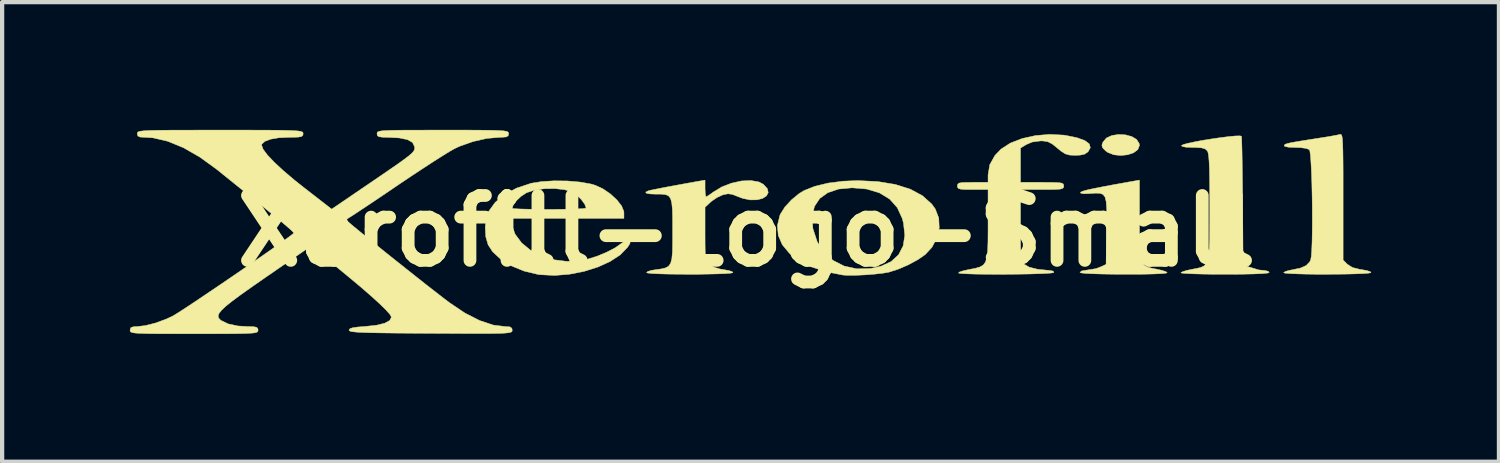
<source format=kicad_pcb>
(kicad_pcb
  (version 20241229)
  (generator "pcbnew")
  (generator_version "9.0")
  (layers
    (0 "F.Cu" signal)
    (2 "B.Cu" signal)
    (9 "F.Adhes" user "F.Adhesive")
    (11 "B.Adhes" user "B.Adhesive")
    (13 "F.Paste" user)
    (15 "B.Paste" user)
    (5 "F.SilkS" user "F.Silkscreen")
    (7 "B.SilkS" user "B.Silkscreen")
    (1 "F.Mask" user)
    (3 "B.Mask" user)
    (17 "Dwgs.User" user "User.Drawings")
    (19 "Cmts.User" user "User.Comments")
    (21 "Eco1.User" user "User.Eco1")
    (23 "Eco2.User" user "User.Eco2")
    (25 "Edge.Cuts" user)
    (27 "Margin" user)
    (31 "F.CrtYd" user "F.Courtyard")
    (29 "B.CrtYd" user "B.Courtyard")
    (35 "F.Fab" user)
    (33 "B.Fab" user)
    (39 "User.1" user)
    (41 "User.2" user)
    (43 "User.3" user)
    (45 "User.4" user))
  (footprint "Xerofill-Logo-Small"
    (layer "F.Cu")
    (at 14.483 2.376)
    (property "Reference" "Xerofill-Logo-Small" (at 0 0 0) (layer "F.SilkS") (effects (font (size 1.524 1.524) (thickness 0.3))))
    (attr through_hole)
    (fp_poly (pts (xy 8.9 -2.259) (xy 9.048 -2.219) (xy 9.163 -2.15) (xy 9.224 -2.052) (xy 9.229 -2.011) (xy 9.191 -1.913) (xy 9.092 -1.839) (xy 8.951 -1.791) (xy 8.789 -1.774) (xy 8.628 -1.791) (xy 8.487 -1.845) (xy 8.439 -1.879) (xy 8.363 -1.954) (xy 8.346 -2.016) (xy 8.371 -2.088) (xy 8.453 -2.185) (xy 8.582 -2.244) (xy 8.738 -2.268) (xy 8.9 -2.259)) (stroke (width 0.01) (type solid)) (fill yes) (layer "F.SilkS"))
    (fp_poly (pts (xy 9.229 -0.264) (xy 9.229 0.066) (xy 9.233 0.323) (xy 9.243 0.515) (xy 9.265 0.653) (xy 9.3 0.748) (xy 9.353 0.81) (xy 9.428 0.849) (xy 9.528 0.876) (xy 9.64 0.897) (xy 9.771 0.927) (xy 9.858 0.958) (xy 9.88 0.981) (xy 9.833 0.993) (xy 9.716 1.002) (xy 9.545 1.009) (xy 9.332 1.014) (xy 9.092 1.016) (xy 8.838 1.016) (xy 8.586 1.014) (xy 8.349 1.01) (xy 8.141 1.004) (xy 7.976 0.996) (xy 7.868 0.985) (xy 7.832 0.974) (xy 7.868 0.939) (xy 7.927 0.928) (xy 8.21 0.883) (xy 8.335 0.835) (xy 8.445 0.782) (xy 8.457 -0.009) (xy 8.461 -0.308) (xy 8.459 -0.531) (xy 8.447 -0.691) (xy 8.421 -0.797) (xy 8.375 -0.858) (xy 8.304 -0.886) (xy 8.205 -0.89) (xy 8.073 -0.881) (xy 8.057 -0.88) (xy 7.913 -0.875) (xy 7.847 -0.891) (xy 7.844 -0.906) (xy 7.866 -0.923) (xy 7.924 -0.944) (xy 8.027 -0.971) (xy 8.183 -1.004) (xy 8.398 -1.046) (xy 8.681 -1.099) (xy 9.04 -1.163) (xy 9.07 -1.168) (xy 9.229 -1.196) (xy 9.229 -0.264)) (stroke (width 0.01) (type solid)) (fill yes) (layer "F.SilkS"))
    (fp_poly (pts (xy 11.625 -2.226) (xy 11.629 -2.174) (xy 11.633 -2.048) (xy 11.638 -1.857) (xy 11.642 -1.611) (xy 11.646 -1.32) (xy 11.65 -0.995) (xy 11.652 -0.699) (xy 11.663 0.782) (xy 11.773 0.835) (xy 12.034 0.914) (xy 12.181 0.928) (xy 12.256 0.947) (xy 12.277 0.974) (xy 12.235 0.988) (xy 12.112 1) (xy 11.913 1.008) (xy 11.639 1.014) (xy 11.296 1.016) (xy 11.239 1.016) (xy 10.953 1.015) (xy 10.697 1.011) (xy 10.483 1.005) (xy 10.322 0.997) (xy 10.225 0.988) (xy 10.202 0.981) (xy 10.24 0.956) (xy 10.34 0.925) (xy 10.467 0.898) (xy 10.58 0.877) (xy 10.67 0.855) (xy 10.74 0.823) (xy 10.792 0.771) (xy 10.829 0.692) (xy 10.854 0.575) (xy 10.869 0.412) (xy 10.877 0.195) (xy 10.879 -0.087) (xy 10.88 -0.442) (xy 10.88 -0.568) (xy 10.879 -0.942) (xy 10.876 -1.24) (xy 10.872 -1.47) (xy 10.864 -1.641) (xy 10.854 -1.76) (xy 10.841 -1.838) (xy 10.823 -1.881) (xy 10.822 -1.884) (xy 10.771 -1.929) (xy 10.689 -1.953) (xy 10.552 -1.963) (xy 10.482 -1.963) (xy 10.32 -1.969) (xy 10.231 -1.988) (xy 10.216 -2.008) (xy 10.261 -2.032) (xy 10.372 -2.062) (xy 10.533 -2.096) (xy 10.726 -2.132) (xy 10.935 -2.165) (xy 11.143 -2.195) (xy 11.333 -2.219) (xy 11.487 -2.233) (xy 11.59 -2.235) (xy 11.625 -2.226)) (stroke (width 0.01) (type solid)) (fill yes) (layer "F.SilkS"))
    (fp_poly (pts (xy 3.08 -1.162) (xy 3.495 -1.094) (xy 3.847 -0.983) (xy 4.133 -0.829) (xy 4.35 -0.634) (xy 4.434 -0.517) (xy 4.515 -0.306) (xy 4.526 -0.074) (xy 4.472 0.162) (xy 4.356 0.381) (xy 4.198 0.552) (xy 4.022 0.674) (xy 3.797 0.795) (xy 3.558 0.898) (xy 3.344 0.966) (xy 3.199 0.991) (xy 3.001 1.013) (xy 2.78 1.03) (xy 2.563 1.04) (xy 2.378 1.041) (xy 2.265 1.034) (xy 1.869 0.956) (xy 1.524 0.842) (xy 1.234 0.695) (xy 1.005 0.519) (xy 0.84 0.321) (xy 0.746 0.103) (xy 0.725 -0.128) (xy 0.779 -0.348) (xy 1.541 -0.348) (xy 1.557 -0.074) (xy 1.562 -0.048) (xy 1.661 0.252) (xy 1.822 0.501) (xy 2.035 0.692) (xy 2.293 0.823) (xy 2.587 0.887) (xy 2.907 0.881) (xy 3.158 0.827) (xy 3.396 0.718) (xy 3.571 0.557) (xy 3.679 0.349) (xy 3.718 0.099) (xy 3.686 -0.188) (xy 3.659 -0.293) (xy 3.542 -0.548) (xy 3.362 -0.75) (xy 3.121 -0.897) (xy 2.824 -0.986) (xy 2.477 -1.015) (xy 2.163 -0.986) (xy 1.91 -0.901) (xy 1.72 -0.765) (xy 1.596 -0.579) (xy 1.541 -0.348) (xy 0.779 -0.348) (xy 0.784 -0.369) (xy 0.799 -0.402) (xy 0.901 -0.563) (xy 1.054 -0.73) (xy 1.232 -0.877) (xy 1.355 -0.952) (xy 1.605 -1.051) (xy 1.917 -1.126) (xy 2.271 -1.171) (xy 2.608 -1.185) (xy 3.08 -1.162)) (stroke (width 0.01) (type solid)) (fill yes) (layer "F.SilkS"))
    (fp_poly (pts (xy 13.974 -2.257) (xy 13.986 -2.221) (xy 13.996 -2.153) (xy 14.002 -2.045) (xy 14.007 -1.89) (xy 14.01 -1.68) (xy 14.012 -1.406) (xy 14.012 -1.061) (xy 14.012 -0.805) (xy 14.012 0.681) (xy 14.11 0.779) (xy 14.229 0.856) (xy 14.409 0.902) (xy 14.45 0.907) (xy 14.575 0.93) (xy 14.652 0.956) (xy 14.667 0.977) (xy 14.619 0.988) (xy 14.503 0.998) (xy 14.331 1.005) (xy 14.118 1.011) (xy 13.878 1.014) (xy 13.625 1.015) (xy 13.373 1.015) (xy 13.135 1.012) (xy 12.927 1.006) (xy 12.761 0.999) (xy 12.653 0.99) (xy 12.615 0.978) (xy 12.653 0.951) (xy 12.749 0.923) (xy 12.811 0.912) (xy 13.013 0.869) (xy 13.146 0.809) (xy 13.228 0.723) (xy 13.249 0.68) (xy 13.264 0.602) (xy 13.275 0.456) (xy 13.283 0.256) (xy 13.287 0.013) (xy 13.289 -0.259) (xy 13.288 -0.546) (xy 13.284 -0.837) (xy 13.278 -1.118) (xy 13.269 -1.375) (xy 13.258 -1.596) (xy 13.246 -1.768) (xy 13.231 -1.878) (xy 13.219 -1.911) (xy 13.147 -1.94) (xy 13.012 -1.959) (xy 12.89 -1.963) (xy 12.732 -1.969) (xy 12.644 -1.987) (xy 12.628 -2.008) (xy 12.637 -2.024) (xy 12.656 -2.039) (xy 12.697 -2.053) (xy 12.77 -2.071) (xy 12.885 -2.092) (xy 13.053 -2.12) (xy 13.284 -2.157) (xy 13.588 -2.204) (xy 13.589 -2.204) (xy 13.743 -2.23) (xy 13.871 -2.254) (xy 13.938 -2.269) (xy 13.958 -2.271) (xy 13.974 -2.257)) (stroke (width 0.01) (type solid)) (fill yes) (layer "F.SilkS"))
    (fp_poly (pts (xy -4.212 -1.176) (xy -3.918 -1.151) (xy -3.664 -1.107) (xy -3.556 -1.076) (xy -3.373 -0.992) (xy -3.198 -0.872) (xy -3.046 -0.733) (xy -2.935 -0.591) (xy -2.881 -0.461) (xy -2.879 -0.432) (xy -2.879 -0.296) (xy -5.544 -0.296) (xy -5.519 -0.159) (xy -5.435 0.074) (xy -5.282 0.279) (xy -5.072 0.452) (xy -4.817 0.585) (xy -4.529 0.674) (xy -4.221 0.713) (xy -3.905 0.696) (xy -3.737 0.662) (xy -3.508 0.591) (xy -3.281 0.496) (xy -3.082 0.392) (xy -2.938 0.29) (xy -2.934 0.286) (xy -2.841 0.23) (xy -2.772 0.227) (xy -2.733 0.253) (xy -2.74 0.298) (xy -2.796 0.384) (xy -2.966 0.56) (xy -3.204 0.715) (xy -3.492 0.846) (xy -3.816 0.948) (xy -4.16 1.015) (xy -4.506 1.043) (xy -4.84 1.026) (xy -4.902 1.018) (xy -5.223 0.941) (xy -5.517 0.821) (xy -5.768 0.667) (xy -5.962 0.487) (xy -6.069 0.323) (xy -6.124 0.134) (xy -6.137 -0.09) (xy -6.109 -0.311) (xy -6.056 -0.462) (xy -6.004 -0.533) (xy -5.503 -0.533) (xy -5.463 -0.526) (xy -5.351 -0.519) (xy -5.179 -0.514) (xy -4.96 -0.51) (xy -4.706 -0.508) (xy -4.636 -0.508) (xy -4.375 -0.509) (xy -4.145 -0.514) (xy -3.96 -0.52) (xy -3.831 -0.528) (xy -3.771 -0.537) (xy -3.768 -0.54) (xy -3.8 -0.631) (xy -3.882 -0.742) (xy -3.991 -0.847) (xy -4.091 -0.914) (xy -4.271 -0.971) (xy -4.499 -0.997) (xy -4.744 -0.994) (xy -4.976 -0.962) (xy -5.165 -0.9) (xy -5.166 -0.9) (xy -5.293 -0.817) (xy -5.406 -0.711) (xy -5.482 -0.603) (xy -5.503 -0.533) (xy -6.004 -0.533) (xy -5.903 -0.673) (xy -5.68 -0.858) (xy -5.398 -1.009) (xy -5.07 -1.118) (xy -5.052 -1.123) (xy -4.807 -1.162) (xy -4.518 -1.179) (xy -4.212 -1.176)) (stroke (width 0.01) (type solid)) (fill yes) (layer "F.SilkS"))
    (fp_poly (pts (xy -0.974 -1) (xy -0.969 -0.885) (xy -0.957 -0.814) (xy -0.95 -0.804) (xy -0.904 -0.828) (xy -0.819 -0.886) (xy -0.783 -0.913) (xy -0.581 -1.036) (xy -0.353 -1.124) (xy -0.118 -1.176) (xy 0.102 -1.186) (xy 0.29 -1.153) (xy 0.396 -1.098) (xy 0.49 -0.995) (xy 0.51 -0.902) (xy 0.468 -0.824) (xy 0.376 -0.765) (xy 0.245 -0.733) (xy 0.085 -0.731) (xy -0.09 -0.767) (xy -0.2 -0.809) (xy -0.333 -0.861) (xy -0.433 -0.875) (xy -0.541 -0.854) (xy -0.554 -0.851) (xy -0.692 -0.788) (xy -0.825 -0.697) (xy -0.843 -0.681) (xy -0.974 -0.559) (xy -0.974 0.077) (xy -0.973 0.322) (xy -0.97 0.496) (xy -0.963 0.614) (xy -0.95 0.691) (xy -0.928 0.739) (xy -0.895 0.775) (xy -0.868 0.796) (xy -0.765 0.849) (xy -0.619 0.893) (xy -0.529 0.908) (xy -0.407 0.93) (xy -0.332 0.957) (xy -0.319 0.977) (xy -0.367 0.989) (xy -0.486 0.999) (xy -0.659 1.006) (xy -0.875 1.011) (xy -1.116 1.015) (xy -1.371 1.015) (xy -1.623 1.014) (xy -1.858 1.011) (xy -2.063 1.005) (xy -2.222 0.997) (xy -2.321 0.986) (xy -2.347 0.978) (xy -2.323 0.952) (xy -2.236 0.925) (xy -2.148 0.91) (xy -2.009 0.891) (xy -1.905 0.867) (xy -1.831 0.827) (xy -1.783 0.759) (xy -1.754 0.652) (xy -1.74 0.494) (xy -1.736 0.273) (xy -1.736 0.004) (xy -1.736 -0.288) (xy -1.741 -0.507) (xy -1.756 -0.662) (xy -1.784 -0.765) (xy -1.831 -0.826) (xy -1.902 -0.856) (xy -2 -0.866) (xy -2.123 -0.866) (xy -2.272 -0.872) (xy -2.355 -0.889) (xy -2.367 -0.915) (xy -2.3 -0.947) (xy -2.297 -0.948) (xy -2.227 -0.964) (xy -2.087 -0.992) (xy -1.893 -1.03) (xy -1.659 -1.073) (xy -1.398 -1.121) (xy -1.126 -1.17) (xy -1.111 -1.172) (xy -0.974 -1.196) (xy -0.974 -1)) (stroke (width 0.01) (type solid)) (fill yes) (layer "F.SilkS"))
    (fp_poly (pts (xy 7.448 -2.253) (xy 7.496 -2.246) (xy 7.76 -2.192) (xy 7.946 -2.125) (xy 8.051 -2.046) (xy 8.075 -1.957) (xy 8.024 -1.865) (xy 7.949 -1.809) (xy 7.838 -1.783) (xy 7.722 -1.778) (xy 7.586 -1.784) (xy 7.486 -1.813) (xy 7.384 -1.879) (xy 7.303 -1.947) (xy 7.179 -2.046) (xy 7.079 -2.097) (xy 6.969 -2.115) (xy 6.908 -2.117) (xy 6.709 -2.09) (xy 6.572 -2.032) (xy 6.435 -1.949) (xy 6.435 -1.143) (xy 6.943 -1.143) (xy 7.157 -1.142) (xy 7.301 -1.138) (xy 7.388 -1.129) (xy 7.433 -1.111) (xy 7.449 -1.083) (xy 7.451 -1.058) (xy 7.446 -1.023) (xy 7.421 -0.999) (xy 7.364 -0.984) (xy 7.259 -0.977) (xy 7.092 -0.974) (xy 6.943 -0.974) (xy 6.435 -0.974) (xy 6.435 -0.134) (xy 6.435 0.157) (xy 6.438 0.375) (xy 6.444 0.532) (xy 6.454 0.639) (xy 6.468 0.708) (xy 6.489 0.751) (xy 6.509 0.773) (xy 6.64 0.849) (xy 6.841 0.899) (xy 7.118 0.926) (xy 7.125 0.926) (xy 7.203 0.942) (xy 7.218 0.974) (xy 7.17 0.985) (xy 7.052 0.995) (xy 6.876 1.002) (xy 6.657 1.009) (xy 6.409 1.013) (xy 6.144 1.016) (xy 5.876 1.017) (xy 5.621 1.015) (xy 5.39 1.012) (xy 5.198 1.006) (xy 5.059 0.999) (xy 4.985 0.989) (xy 4.979 0.985) (xy 5.001 0.963) (xy 5.089 0.934) (xy 5.223 0.904) (xy 5.236 0.902) (xy 5.376 0.875) (xy 5.482 0.844) (xy 5.559 0.8) (xy 5.612 0.729) (xy 5.645 0.622) (xy 5.663 0.468) (xy 5.671 0.255) (xy 5.673 -0.027) (xy 5.673 -0.153) (xy 5.673 -0.974) (xy 5.313 -0.974) (xy 5.138 -0.975) (xy 5.031 -0.983) (xy 4.976 -1) (xy 4.955 -1.03) (xy 4.953 -1.058) (xy 4.96 -1.1) (xy 4.991 -1.125) (xy 5.063 -1.138) (xy 5.193 -1.142) (xy 5.313 -1.143) (xy 5.673 -1.143) (xy 5.673 -1.317) (xy 5.713 -1.557) (xy 5.835 -1.776) (xy 5.979 -1.925) (xy 6.196 -2.065) (xy 6.472 -2.172) (xy 6.787 -2.242) (xy 7.119 -2.27) (xy 7.448 -2.253)) (stroke (width 0.01) (type solid)) (fill yes) (layer "F.SilkS"))
    (fp_poly (pts (xy -6.731 -2.371) (xy -6.406 -2.37) (xy -6.149 -2.368) (xy -5.952 -2.365) (xy -5.808 -2.36) (xy -5.708 -2.353) (xy -5.644 -2.343) (xy -5.608 -2.33) (xy -5.592 -2.313) (xy -5.588 -2.292) (xy -5.588 -2.286) (xy -5.599 -2.235) (xy -5.646 -2.21) (xy -5.749 -2.202) (xy -5.802 -2.201) (xy -6.1 -2.175) (xy -6.425 -2.101) (xy -6.739 -1.99) (xy -6.861 -1.933) (xy -6.965 -1.874) (xy -7.128 -1.774) (xy -7.338 -1.641) (xy -7.582 -1.482) (xy -7.851 -1.305) (xy -8.133 -1.116) (xy -8.213 -1.062) (xy -8.482 -0.879) (xy -8.731 -0.712) (xy -8.949 -0.566) (xy -9.129 -0.447) (xy -9.26 -0.361) (xy -9.333 -0.315) (xy -9.345 -0.308) (xy -9.394 -0.27) (xy -9.398 -0.257) (xy -9.366 -0.225) (xy -9.276 -0.148) (xy -9.137 -0.033) (xy -8.958 0.114) (xy -8.747 0.285) (xy -8.513 0.474) (xy -8.264 0.673) (xy -8.01 0.875) (xy -7.759 1.074) (xy -7.52 1.263) (xy -7.301 1.433) (xy -7.112 1.58) (xy -6.97 1.687) (xy -6.612 1.927) (xy -6.269 2.102) (xy -5.947 2.209) (xy -5.665 2.244) (xy -5.557 2.251) (xy -5.511 2.283) (xy -5.503 2.329) (xy -5.505 2.349) (xy -5.515 2.365) (xy -5.54 2.379) (xy -5.589 2.389) (xy -5.667 2.397) (xy -5.782 2.403) (xy -5.942 2.406) (xy -6.154 2.408) (xy -6.425 2.408) (xy -6.762 2.406) (xy -7.173 2.404) (xy -7.419 2.403) (xy -7.876 2.4) (xy -8.256 2.397) (xy -8.565 2.393) (xy -8.811 2.389) (xy -8.999 2.383) (xy -9.138 2.376) (xy -9.234 2.367) (xy -9.294 2.357) (xy -9.325 2.344) (xy -9.334 2.329) (xy -9.335 2.328) (xy -9.317 2.296) (xy -9.254 2.273) (xy -9.134 2.255) (xy -8.946 2.24) (xy -8.688 2.212) (xy -8.497 2.165) (xy -8.379 2.1) (xy -8.34 2.023) (xy -8.372 1.961) (xy -8.467 1.854) (xy -8.618 1.706) (xy -8.82 1.523) (xy -9.066 1.309) (xy -9.353 1.07) (xy -9.377 1.05) (xy -9.573 0.889) (xy -9.757 0.738) (xy -9.915 0.608) (xy -10.031 0.511) (xy -10.076 0.474) (xy -10.224 0.349) (xy -11.282 1.078) (xy -11.613 1.308) (xy -11.878 1.496) (xy -12.083 1.648) (xy -12.234 1.769) (xy -12.335 1.865) (xy -12.392 1.94) (xy -12.41 1.999) (xy -12.394 2.049) (xy -12.351 2.093) (xy -12.341 2.1) (xy -12.174 2.181) (xy -11.944 2.23) (xy -11.716 2.243) (xy -11.577 2.247) (xy -11.504 2.262) (xy -11.476 2.295) (xy -11.472 2.328) (xy -11.475 2.351) (xy -11.487 2.369) (xy -11.517 2.383) (xy -11.573 2.394) (xy -11.664 2.401) (xy -11.797 2.407) (xy -11.982 2.41) (xy -12.225 2.412) (xy -12.535 2.413) (xy -12.922 2.413) (xy -12.975 2.413) (xy -13.371 2.413) (xy -13.691 2.412) (xy -13.942 2.411) (xy -14.133 2.407) (xy -14.272 2.402) (xy -14.368 2.395) (xy -14.428 2.384) (xy -14.461 2.371) (xy -14.475 2.353) (xy -14.478 2.331) (xy -14.478 2.328) (xy -14.463 2.272) (xy -14.403 2.248) (xy -14.316 2.244) (xy -14.12 2.221) (xy -13.882 2.161) (xy -13.634 2.07) (xy -13.487 2.002) (xy -13.41 1.957) (xy -13.277 1.873) (xy -13.098 1.756) (xy -12.882 1.612) (xy -12.637 1.447) (xy -12.373 1.269) (xy -12.099 1.082) (xy -11.824 0.894) (xy -11.557 0.71) (xy -11.308 0.537) (xy -11.084 0.38) (xy -10.896 0.247) (xy -10.753 0.143) (xy -10.663 0.075) (xy -10.635 0.049) (xy -10.64 0.036) (xy -10.664 0.008) (xy -10.712 -0.037) (xy -10.788 -0.103) (xy -10.897 -0.196) (xy -11.044 -0.318) (xy -11.234 -0.473) (xy -11.472 -0.666) (xy -11.763 -0.901) (xy -12.111 -1.181) (xy -12.442 -1.448) (xy -12.836 -1.734) (xy -13.222 -1.956) (xy -13.593 -2.108) (xy -13.941 -2.189) (xy -14.127 -2.201) (xy -14.243 -2.207) (xy -14.296 -2.233) (xy -14.309 -2.286) (xy -14.307 -2.306) (xy -14.297 -2.322) (xy -14.271 -2.336) (xy -14.222 -2.346) (xy -14.143 -2.355) (xy -14.027 -2.361) (xy -13.866 -2.365) (xy -13.653 -2.368) (xy -13.382 -2.37) (xy -13.045 -2.37) (xy -12.634 -2.371) (xy -12.361 -2.371) (xy -11.905 -2.371) (xy -11.526 -2.37) (xy -11.218 -2.369) (xy -10.972 -2.367) (xy -10.783 -2.363) (xy -10.642 -2.358) (xy -10.542 -2.351) (xy -10.477 -2.342) (xy -10.439 -2.33) (xy -10.42 -2.316) (xy -10.414 -2.298) (xy -10.414 -2.286) (xy -10.421 -2.244) (xy -10.454 -2.219) (xy -10.528 -2.206) (xy -10.663 -2.202) (xy -10.754 -2.201) (xy -10.987 -2.19) (xy -11.178 -2.157) (xy -11.313 -2.106) (xy -11.382 -2.042) (xy -11.388 -2.015) (xy -11.353 -1.92) (xy -11.252 -1.785) (xy -11.091 -1.615) (xy -10.874 -1.414) (xy -10.607 -1.188) (xy -10.385 -1.012) (xy -9.743 -0.514) (xy -8.946 -1.057) (xy -8.63 -1.272) (xy -8.378 -1.445) (xy -8.181 -1.581) (xy -8.034 -1.687) (xy -7.929 -1.767) (xy -7.86 -1.827) (xy -7.819 -1.874) (xy -7.799 -1.911) (xy -7.794 -1.946) (xy -7.797 -1.982) (xy -7.844 -2.079) (xy -7.961 -2.146) (xy -8.152 -2.186) (xy -8.393 -2.199) (xy -8.545 -2.203) (xy -8.631 -2.215) (xy -8.67 -2.24) (xy -8.678 -2.285) (xy -8.678 -2.286) (xy -8.676 -2.308) (xy -8.664 -2.326) (xy -8.635 -2.34) (xy -8.579 -2.351) (xy -8.49 -2.359) (xy -8.358 -2.364) (xy -8.177 -2.368) (xy -7.937 -2.37) (xy -7.631 -2.37) (xy -7.25 -2.371) (xy -7.133 -2.371) (xy -6.731 -2.371)) (stroke (width 0.01) (type solid)) (fill yes) (layer "F.SilkS")))
  (gr_rect
    (start -3 -3)
    (end 32.155 7.794)
    (stroke (width 0.1) (type default))
    (fill no)
    (layer "Edge.Cuts")))
</source>
